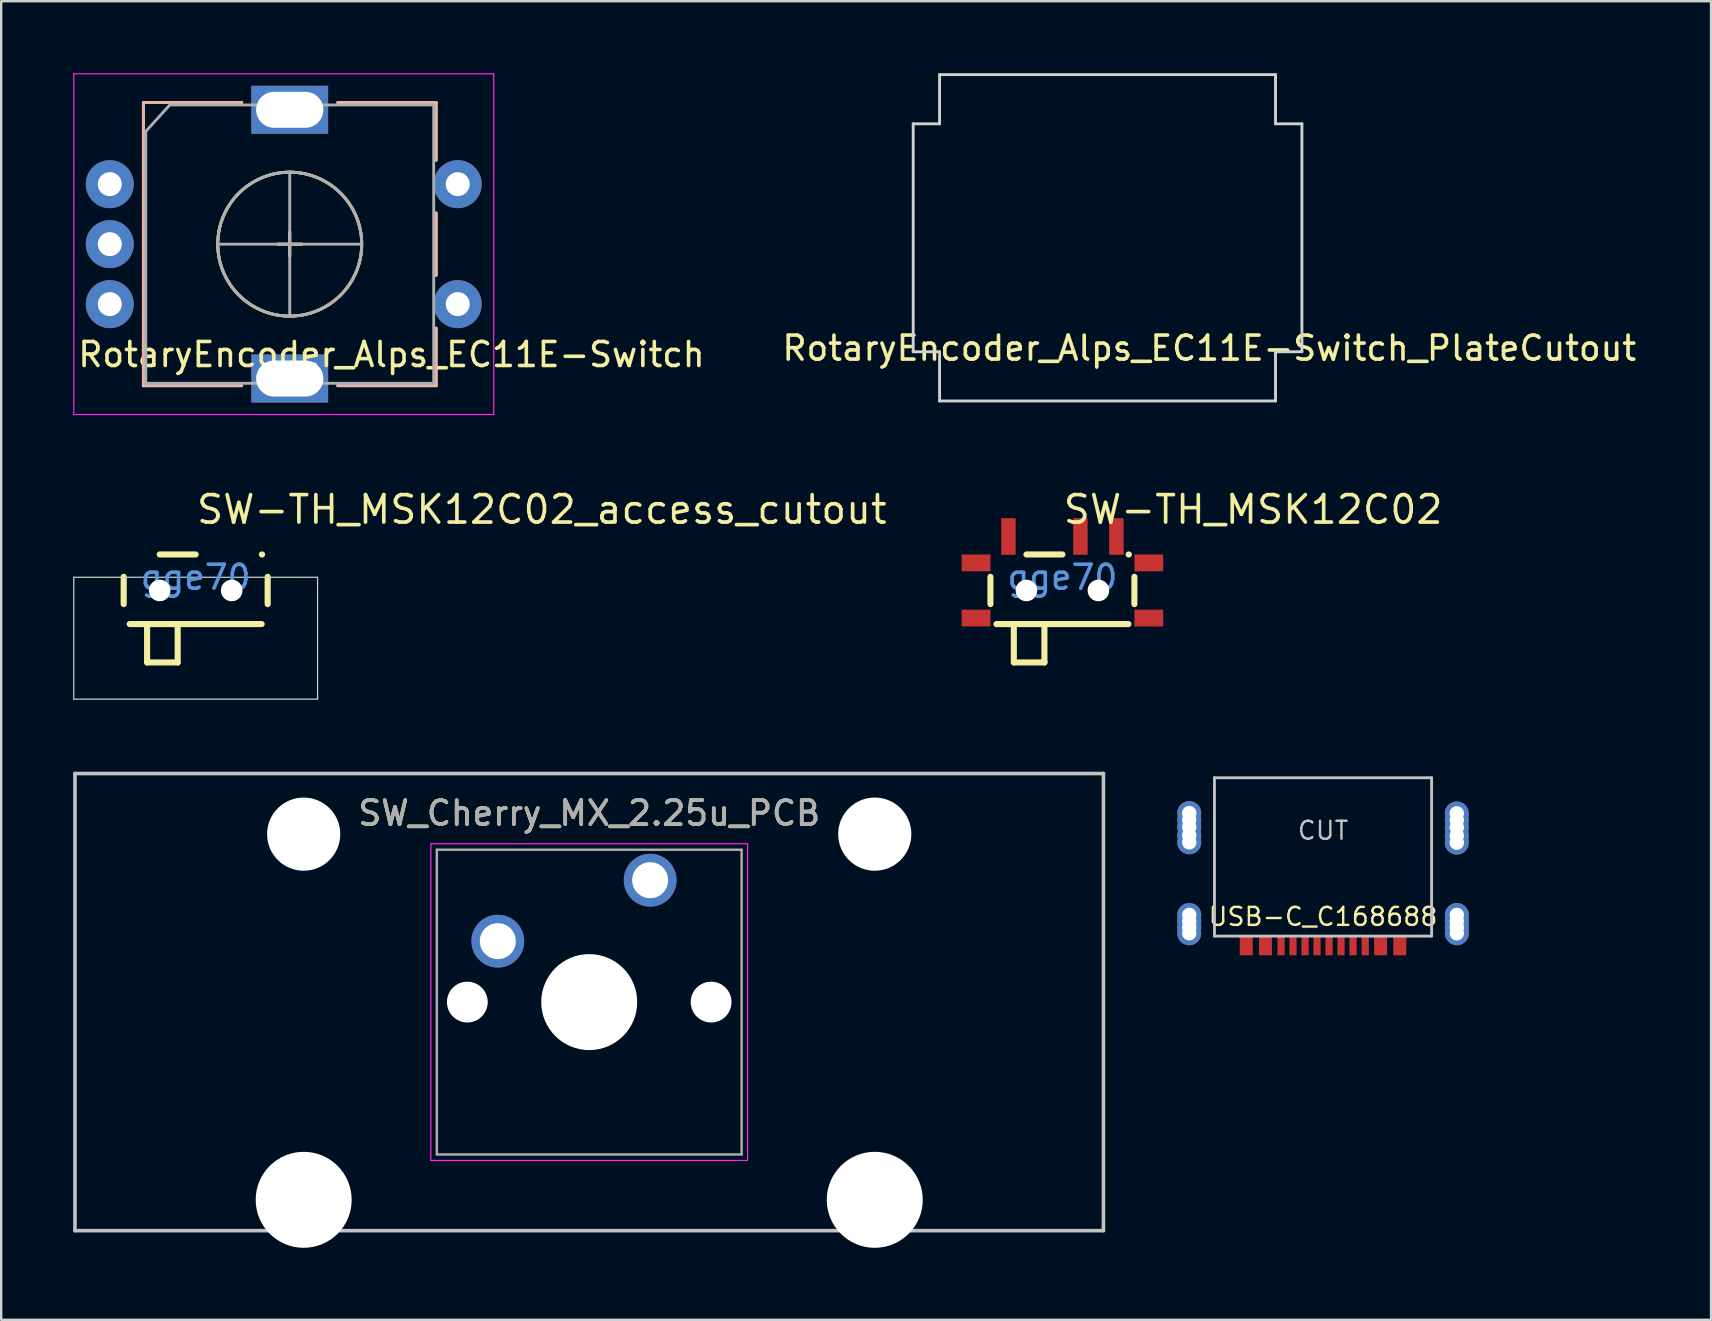
<source format=kicad_pcb>
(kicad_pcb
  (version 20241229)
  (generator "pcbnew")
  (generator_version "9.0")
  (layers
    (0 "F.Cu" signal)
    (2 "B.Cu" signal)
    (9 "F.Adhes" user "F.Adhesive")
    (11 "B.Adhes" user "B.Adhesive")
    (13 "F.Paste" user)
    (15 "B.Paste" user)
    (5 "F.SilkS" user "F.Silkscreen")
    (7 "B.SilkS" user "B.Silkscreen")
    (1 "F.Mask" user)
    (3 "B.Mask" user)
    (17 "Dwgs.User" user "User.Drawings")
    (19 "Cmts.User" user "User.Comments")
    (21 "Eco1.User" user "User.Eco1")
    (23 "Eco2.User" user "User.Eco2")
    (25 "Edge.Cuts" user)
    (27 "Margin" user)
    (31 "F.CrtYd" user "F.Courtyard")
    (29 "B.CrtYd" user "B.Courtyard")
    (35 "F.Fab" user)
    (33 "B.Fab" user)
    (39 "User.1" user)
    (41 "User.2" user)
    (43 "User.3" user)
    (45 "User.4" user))
  (footprint "RotaryEncoder_Alps_EC11E-Switch_PlateCutout"
    (layer "F.Cu")
    (at 43.108 6.86)
    (property "Reference" "RotaryEncoder_Alps_EC11E-Switch_PlateCutout" (at 4.24 4.6 0) (layer "F.SilkS") (effects (font (size 1 1) (thickness 0.15))))
    (fp_line (start -8.1 -4.75) (end -8.1 4.75) (stroke (width 0.12) (type solid)) (layer "Edge.Cuts"))
    (fp_line (start -7 -6.8) (end 7 -6.8) (stroke (width 0.12) (type solid)) (layer "Edge.Cuts"))
    (fp_line (start -7 -4.75) (end -8.1 -4.75) (stroke (width 0.12) (type solid)) (layer "Edge.Cuts"))
    (fp_line (start -7 -4.75) (end -7 -6.8) (stroke (width 0.12) (type solid)) (layer "Edge.Cuts"))
    (fp_line (start -7 4.75) (end -8.1 4.75) (stroke (width 0.12) (type solid)) (layer "Edge.Cuts"))
    (fp_line (start -7 4.75) (end -7 6.8) (stroke (width 0.12) (type solid)) (layer "Edge.Cuts"))
    (fp_line (start -7 6.8) (end 7 6.8) (stroke (width 0.12) (type solid)) (layer "Edge.Cuts"))
    (fp_line (start 7 -4.75) (end 7 -6.8) (stroke (width 0.12) (type solid)) (layer "Edge.Cuts"))
    (fp_line (start 7 6.8) (end 7 4.75) (stroke (width 0.12) (type solid)) (layer "Edge.Cuts"))
    (fp_line (start 8.1 -4.75) (end 7 -4.75) (stroke (width 0.12) (type solid)) (layer "Edge.Cuts"))
    (fp_line (start 8.1 -4.75) (end 8.1 4.75) (stroke (width 0.12) (type solid)) (layer "Edge.Cuts"))
    (fp_line (start 8.1 4.75) (end 7 4.75) (stroke (width 0.12) (type solid)) (layer "Edge.Cuts")))
  (footprint "RotaryEncoder_Alps_EC11E-Switch"
    (layer "F.Cu")
    (at 9.025 7.125)
    (property "Reference" "RotaryEncoder_Alps_EC11E-Switch" (at 4.24 4.6 0) (layer "F.SilkS") (effects (font (size 1 1) (thickness 0.15))))
    (fp_line (start -6.1 -5.9) (end -6.1 5.9) (stroke (width 0.12) (type solid)) (layer "F.SilkS"))
    (fp_line (start -2 -5.9) (end -6.1 -5.9) (stroke (width 0.12) (type solid)) (layer "F.SilkS"))
    (fp_line (start -2 5.9) (end -6.1 5.9) (stroke (width 0.12) (type solid)) (layer "F.SilkS"))
    (fp_line (start -0.5 0) (end 0.5 0) (stroke (width 0.12) (type solid)) (layer "F.SilkS"))
    (fp_line (start 0 -0.5) (end 0 0.5) (stroke (width 0.12) (type solid)) (layer "F.SilkS"))
    (fp_line (start 2 -5.9) (end 6.1 -5.9) (stroke (width 0.12) (type solid)) (layer "F.SilkS"))
    (fp_line (start 6.1 -5.9) (end 6.1 -3.5) (stroke (width 0.12) (type solid)) (layer "F.SilkS"))
    (fp_line (start 6.1 -1.3) (end 6.1 1.3) (stroke (width 0.12) (type solid)) (layer "F.SilkS"))
    (fp_line (start 6.1 3.5) (end 6.1 5.9) (stroke (width 0.12) (type solid)) (layer "F.SilkS"))
    (fp_line (start 6.1 5.9) (end 2 5.9) (stroke (width 0.12) (type solid)) (layer "F.SilkS"))
    (fp_circle (center 0 0) (end 3 0) (stroke (width 0.12) (type solid)) (fill no) (layer "F.SilkS"))
    (fp_line (start -6.1 -5.9) (end -6.1 5.9) (stroke (width 0.12) (type solid)) (layer "B.SilkS"))
    (fp_line (start -2 -5.9) (end -6.1 -5.9) (stroke (width 0.12) (type solid)) (layer "B.SilkS"))
    (fp_line (start -2 5.9) (end -6.1 5.9) (stroke (width 0.12) (type solid)) (layer "B.SilkS"))
    (fp_line (start -0.5 0) (end 0.5 0) (stroke (width 0.12) (type solid)) (layer "B.SilkS"))
    (fp_line (start 0 -0.5) (end 0 0.5) (stroke (width 0.12) (type solid)) (layer "B.SilkS"))
    (fp_line (start 2 -5.9) (end 6.1 -5.9) (stroke (width 0.12) (type solid)) (layer "B.SilkS"))
    (fp_line (start 6.1 -5.9) (end 6.1 -3.5) (stroke (width 0.12) (type solid)) (layer "B.SilkS"))
    (fp_line (start 6.1 -1.3) (end 6.1 1.3) (stroke (width 0.12) (type solid)) (layer "B.SilkS"))
    (fp_line (start 6.1 3.5) (end 6.1 5.9) (stroke (width 0.12) (type solid)) (layer "B.SilkS"))
    (fp_line (start 6.1 5.9) (end 2 5.9) (stroke (width 0.12) (type solid)) (layer "B.SilkS"))
    (fp_circle (center 0 0) (end 3 0) (stroke (width 0.12) (type solid)) (fill no) (layer "B.SilkS"))
    (fp_line (start -9 -7.1) (end -9 7.1) (stroke (width 0.05) (type solid)) (layer "F.CrtYd"))
    (fp_line (start -9 -7.1) (end 8.5 -7.1) (stroke (width 0.05) (type solid)) (layer "F.CrtYd"))
    (fp_line (start 8.5 7.1) (end -9 7.1) (stroke (width 0.05) (type solid)) (layer "F.CrtYd"))
    (fp_line (start 8.5 7.1) (end 8.5 -7.1) (stroke (width 0.05) (type solid)) (layer "F.CrtYd"))
    (fp_line (start -6 -4.7) (end -5 -5.8) (stroke (width 0.12) (type solid)) (layer "F.Fab"))
    (fp_line (start -6 5.8) (end -6 -4.7) (stroke (width 0.12) (type solid)) (layer "F.Fab"))
    (fp_line (start -5 -5.8) (end 6 -5.8) (stroke (width 0.12) (type solid)) (layer "F.Fab"))
    (fp_line (start -3 0) (end 3 0) (stroke (width 0.12) (type solid)) (layer "F.Fab"))
    (fp_line (start 0 -3) (end 0 3) (stroke (width 0.12) (type solid)) (layer "F.Fab"))
    (fp_line (start 6 -5.8) (end 6 5.8) (stroke (width 0.12) (type solid)) (layer "F.Fab"))
    (fp_line (start 6 5.8) (end -6 5.8) (stroke (width 0.12) (type solid)) (layer "F.Fab"))
    (fp_circle (center 0 0) (end 3 0) (stroke (width 0.12) (type solid)) (fill no) (layer "F.Fab"))
    (pad "A" thru_hole circle (at -7.5 -2.5) (size 2 2) (drill 1) (layers "*.Cu" "*.Mask"))
    (pad "B" thru_hole circle (at -7.5 2.5) (size 2 2) (drill 1) (layers "*.Cu" "*.Mask"))
    (pad "C" thru_hole circle (at -7.5 0) (size 2 2) (drill 1) (layers "*.Cu" "*.Mask"))
    (pad "MP" thru_hole rect (at 0 -5.6) (size 3.2 2) (drill oval 2.8 1.5) (layers "*.Cu" "*.Mask"))
    (pad "MP" thru_hole rect (at 0 5.6) (size 3.2 2) (drill oval 2.8 1.5) (layers "*.Cu" "*.Mask"))
    (pad "S1" thru_hole circle (at 7 2.5) (size 2 2) (drill 1) (layers "*.Cu" "*.Mask"))
    (pad "S2" thru_hole circle (at 7 -2.5) (size 2 2) (drill 1) (layers "*.Cu" "*.Mask")))
  (footprint "SW-TH_MSK12C02_access_cutout"
    (layer "F.Cu")
    (at 5.105 21.008)
    (property "Reference" "SW-TH_MSK12C02_access_cutout" (at -0.044 -2.823 0) (layer "F.SilkS") (effects (font (size 1.143 1.143) (thickness 0.152)) (justify left)))
    (attr smd)
    (fp_line (start -3 1.119) (end -3 -0.019) (stroke (width 0.254) (type solid)) (layer "F.SilkS"))
    (fp_line (start -2.75 1.95) (end 2.75 1.95) (stroke (width 0.254) (type solid)) (layer "F.SilkS"))
    (fp_line (start -2.025 1.95) (end -2.025 3.55) (stroke (width 0.254) (type solid)) (layer "F.SilkS"))
    (fp_line (start -2.025 3.55) (end -0.75 3.55) (stroke (width 0.254) (type solid)) (layer "F.SilkS"))
    (fp_line (start -1.5 -0.95) (end 0 -0.95) (stroke (width 0.254) (type solid)) (layer "F.SilkS"))
    (fp_line (start -0.75 3.55) (end -0.75 1.95) (stroke (width 0.254) (type solid)) (layer "F.SilkS"))
    (fp_line (start 2.769 -0.95) (end 2.759 -0.95) (stroke (width 0.254) (type solid)) (layer "F.SilkS"))
    (fp_line (start 3 -0.019) (end 3 1.119) (stroke (width 0.254) (type solid)) (layer "F.SilkS"))
    (fp_rect (start -5.08 0) (end -5.08 5.08) (stroke (width 0.05) (type solid)) (fill no) (layer "Edge.Cuts"))
    (fp_rect (start 5.08 0) (end -5.08 0) (stroke (width 0.05) (type solid)) (fill no) (layer "Edge.Cuts"))
    (fp_rect (start 5.08 5.08) (end -5.08 5.08) (stroke (width 0.05) (type solid)) (fill no) (layer "Edge.Cuts"))
    (fp_rect (start 5.08 5.08) (end 5.08 0) (stroke (width 0.05) (type solid)) (fill no) (layer "Edge.Cuts"))
    (fp_text user "gge70" (at 0 0 0) (layer "Cmts.User") (effects (font (size 1 1) (thickness 0.15))))
    (pad "" np_thru_hole circle (at -1.5 0.55) (size 0.9 0.9) (drill 0.9) (layers "*.Cu" "*.Mask"))
    (pad "" np_thru_hole circle (at 1.5 0.55) (size 0.9 0.9) (drill 0.9) (layers "*.Cu" "*.Mask")))
  (footprint "SW-TH_MSK12C02"
    (layer "F.Cu")
    (at 41.227 21.008)
    (property "Reference" "SW-TH_MSK12C02" (at -0.044 -2.823 0) (layer "F.SilkS") (effects (font (size 1.143 1.143) (thickness 0.152)) (justify left)))
    (attr smd)
    (fp_line (start -3 1.119) (end -3 -0.019) (stroke (width 0.254) (type solid)) (layer "F.SilkS"))
    (fp_line (start -2.75 1.95) (end 2.75 1.95) (stroke (width 0.254) (type solid)) (layer "F.SilkS"))
    (fp_line (start -2.025 1.95) (end -2.025 3.55) (stroke (width 0.254) (type solid)) (layer "F.SilkS"))
    (fp_line (start -2.025 3.55) (end -0.75 3.55) (stroke (width 0.254) (type solid)) (layer "F.SilkS"))
    (fp_line (start -1.5 -0.95) (end 0 -0.95) (stroke (width 0.254) (type solid)) (layer "F.SilkS"))
    (fp_line (start -0.75 3.55) (end -0.75 1.95) (stroke (width 0.254) (type solid)) (layer "F.SilkS"))
    (fp_line (start 2.769 -0.95) (end 2.759 -0.95) (stroke (width 0.254) (type solid)) (layer "F.SilkS"))
    (fp_line (start 3 -0.019) (end 3 1.119) (stroke (width 0.254) (type solid)) (layer "F.SilkS"))
    (fp_text user "gge70" (at 0 0 0) (layer "Cmts.User") (effects (font (size 1 1) (thickness 0.15))))
    (pad "" np_thru_hole circle (at -1.5 0.55) (size 0.9 0.9) (drill 0.9) (layers "*.Cu" "*.Mask"))
    (pad "" np_thru_hole circle (at 1.5 0.55) (size 0.9 0.9) (drill 0.9) (layers "*.Cu" "*.Mask"))
    (pad "1" smd rect (at -2.25 -1.7 90) (size 1.524 0.6) (layers "F.Cu" "F.Mask" "F.Paste"))
    (pad "2" smd rect (at 0.75 -1.7 90) (size 1.524 0.6) (layers "F.Cu" "F.Mask" "F.Paste"))
    (pad "3" smd rect (at 2.25 -1.7 90) (size 1.524 0.6) (layers "F.Cu" "F.Mask" "F.Paste"))
    (pad "4" smd rect (at -3.6 -0.6 180) (size 1.2 0.7) (layers "F.Cu" "F.Mask" "F.Paste"))
    (pad "4" smd rect (at -3.6 1.7 180) (size 1.2 0.7) (layers "F.Cu" "F.Mask" "F.Paste"))
    (pad "4" smd rect (at 3.6 -0.6 180) (size 1.2 0.7) (layers "F.Cu" "F.Mask" "F.Paste"))
    (pad "4" smd rect (at 3.6 1.7 180) (size 1.2 0.7) (layers "F.Cu" "F.Mask" "F.Paste")))
  (footprint "USB-C_C168688"
    (layer "F.Cu")
    (at 52.088 29.363)
    (property "Reference" "USB-C_C168688" (at 0 5.789 0) (layer "F.SilkS") (effects (font (size 0.75 0.75) (thickness 0.1))))
    (attr smd)
    (fp_line (start -4.525 0) (end -4.525 6.6) (stroke (width 0.12) (type solid)) (layer "Dwgs.User"))
    (fp_line (start -4.525 0) (end 4.525 0) (stroke (width 0.12) (type solid)) (layer "Dwgs.User"))
    (fp_line (start -4.525 6.6) (end 4.525 6.6) (stroke (width 0.12) (type solid)) (layer "Dwgs.User"))
    (fp_line (start 4.525 0) (end 4.525 6.6) (stroke (width 0.12) (type solid)) (layer "Dwgs.User"))
    (fp_text user "CUT" (at 0 2.2 0) (layer "Dwgs.User") (effects (font (size 0.75 0.75) (thickness 0.1))))
    (pad "A1" smd rect (at -3.2 7) (size 0.54 0.8) (layers "F.Cu" "F.Mask" "F.Paste"))
    (pad "A1" smd rect (at 3.2 7) (size 0.54 0.8) (layers "F.Cu" "F.Mask" "F.Paste"))
    (pad "A4" smd rect (at -2.4 7) (size 0.54 0.8) (layers "F.Cu" "F.Mask" "F.Paste"))
    (pad "A4" smd rect (at 2.4 7) (size 0.54 0.8) (layers "F.Cu" "F.Mask" "F.Paste"))
    (pad "A5" smd rect (at 1.25 7) (size 0.3 0.8) (layers "F.Cu" "F.Mask" "F.Paste"))
    (pad "A6" smd rect (at 0.25 7) (size 0.3 0.8) (layers "F.Cu" "F.Mask" "F.Paste"))
    (pad "A7" smd rect (at -0.25 7) (size 0.3 0.8) (layers "F.Cu" "F.Mask" "F.Paste"))
    (pad "A8" smd rect (at -1.25 7) (size 0.3 0.8) (layers "F.Cu" "F.Mask" "F.Paste"))
    (pad "B5" smd rect (at -1.75 7) (size 0.3 0.8) (layers "F.Cu" "F.Mask" "F.Paste"))
    (pad "B6" smd rect (at -0.75 7) (size 0.3 0.8) (layers "F.Cu" "F.Mask" "F.Paste"))
    (pad "B7" smd rect (at 0.75 7) (size 0.3 0.8) (layers "F.Cu" "F.Mask" "F.Paste"))
    (pad "B8" smd rect (at 1.758 7) (size 0.3 0.8) (layers "F.Cu" "F.Mask" "F.Paste"))
    (pad "S1" thru_hole circle (at -5.576 1.473) (size 1 1) (drill 0.6) (layers "*.Cu" "*.Mask"))
    (pad "S1" thru_hole circle (at -5.575 1.753) (size 1 1) (drill 0.6) (layers "*.Cu" "*.Mask"))
    (pad "S1" thru_hole circle (at -5.575 2.057) (size 1 1) (drill 0.6) (layers "*.Cu" "*.Mask"))
    (pad "S1" thru_hole circle (at -5.575 2.4) (size 1 1) (drill 0.6) (layers "*.Cu" "*.Mask"))
    (pad "S1" thru_hole circle (at -5.575 2.692) (size 1 1) (drill 0.6) (layers "*.Cu" "*.Mask"))
    (pad "S1" thru_hole circle (at -5.575 6.236) (size 1 1) (drill 0.6) (layers "*.Cu" "*.Mask"))
    (pad "S1" thru_hole circle (at -5.575 5.719) (size 1 1) (drill 0.6) (layers "*.Cu" "*.Mask"))
    (pad "S1" thru_hole circle (at -5.575 5.982) (size 1 1) (drill 0.6) (layers "*.Cu" "*.Mask"))
    (pad "S1" thru_hole circle (at -5.575 6.481) (size 1 1) (drill 0.6) (layers "*.Cu" "*.Mask"))
    (pad "S1" thru_hole circle (at 5.575 1.486) (size 1 1) (drill 0.6) (layers "*.Cu" "*.Mask"))
    (pad "S1" thru_hole circle (at 5.575 1.765) (size 1 1) (drill 0.6) (layers "*.Cu" "*.Mask"))
    (pad "S1" thru_hole circle (at 5.575 2.07) (size 1 1) (drill 0.6) (layers "*.Cu" "*.Mask"))
    (pad "S1" thru_hole circle (at 5.575 2.413) (size 1 1) (drill 0.6) (layers "*.Cu" "*.Mask"))
    (pad "S1" thru_hole circle (at 5.575 2.705) (size 1 1) (drill 0.6) (layers "*.Cu" "*.Mask"))
    (pad "S1" thru_hole circle (at 5.575 6.236) (size 1 1) (drill 0.6) (layers "*.Cu" "*.Mask"))
    (pad "S1" thru_hole circle (at 5.576 5.719) (size 1 1) (drill 0.6) (layers "*.Cu" "*.Mask"))
    (pad "S1" thru_hole circle (at 5.576 5.982) (size 1 1) (drill 0.6) (layers "*.Cu" "*.Mask"))
    (pad "S1" thru_hole circle (at 5.576 6.481) (size 1 1) (drill 0.6) (layers "*.Cu" "*.Mask")))
  (footprint "SW_Cherry_MX_2.25u_PCB"
    (layer "F.Cu")
    (at 24.046 33.633)
    (property "Reference" "SW_Cherry_MX_2.25u_PCB" (at -2.54 -2.794 0) (layer "F.SilkS") (effects (font (size 1 1) (thickness 0.15))))
    (attr through_hole)
    (fp_line (start -23.971 -4.445) (end 18.891 -4.445) (stroke (width 0.15) (type solid)) (layer "Dwgs.User"))
    (fp_line (start -23.971 14.605) (end -23.971 -4.445) (stroke (width 0.15) (type solid)) (layer "Dwgs.User"))
    (fp_line (start 18.891 -4.445) (end 18.891 14.605) (stroke (width 0.15) (type solid)) (layer "Dwgs.User"))
    (fp_line (start 18.891 14.605) (end -23.971 14.605) (stroke (width 0.15) (type solid)) (layer "Dwgs.User"))
    (fp_line (start -9.14 -1.52) (end 4.06 -1.52) (stroke (width 0.05) (type solid)) (layer "F.CrtYd"))
    (fp_line (start -9.14 11.68) (end -9.14 -1.52) (stroke (width 0.05) (type solid)) (layer "F.CrtYd"))
    (fp_line (start 4.06 -1.52) (end 4.06 11.68) (stroke (width 0.05) (type solid)) (layer "F.CrtYd"))
    (fp_line (start 4.06 11.68) (end -9.14 11.68) (stroke (width 0.05) (type solid)) (layer "F.CrtYd"))
    (fp_line (start -8.89 -1.27) (end 3.81 -1.27) (stroke (width 0.1) (type solid)) (layer "F.Fab"))
    (fp_line (start -8.89 11.43) (end -8.89 -1.27) (stroke (width 0.1) (type solid)) (layer "F.Fab"))
    (fp_line (start 3.81 -1.27) (end 3.81 11.43) (stroke (width 0.1) (type solid)) (layer "F.Fab"))
    (fp_line (start 3.81 11.43) (end -8.89 11.43) (stroke (width 0.1) (type solid)) (layer "F.Fab"))
    (fp_text user "${REFERENCE}" (at -2.54 -2.794 0) (layer "F.Fab") (effects (font (size 1 1) (thickness 0.15))))
    (pad "" np_thru_hole circle (at -14.44 -1.92) (size 3.05 3.05) (drill 3.05) (layers "*.Cu" "*.Mask"))
    (pad "" np_thru_hole circle (at -14.44 13.32) (size 4 4) (drill 4) (layers "*.Cu" "*.Mask"))
    (pad "" np_thru_hole circle (at -7.62 5.08) (size 1.7 1.7) (drill 1.7) (layers "*.Cu" "*.Mask"))
    (pad "" np_thru_hole circle (at -2.54 5.08) (size 4 4) (drill 4) (layers "*.Cu" "*.Mask"))
    (pad "" np_thru_hole circle (at 2.54 5.08) (size 1.7 1.7) (drill 1.7) (layers "*.Cu" "*.Mask"))
    (pad "" np_thru_hole circle (at 9.36 -1.92) (size 3.05 3.05) (drill 3.05) (layers "*.Cu" "*.Mask"))
    (pad "" np_thru_hole circle (at 9.36 13.32) (size 4 4) (drill 4) (layers "*.Cu" "*.Mask"))
    (pad "1" thru_hole circle (at 0 0) (size 2.2 2.2) (drill 1.5) (layers "*.Cu" "*.Mask"))
    (pad "2" thru_hole circle (at -6.35 2.54) (size 2.2 2.2) (drill 1.5) (layers "*.Cu" "*.Mask")))
  (gr_rect
    (start -3 -3)
    (end 68.259 51.953)
    (stroke (width 0.1) (type default))
    (fill no)
    (layer "Edge.Cuts")))
</source>
